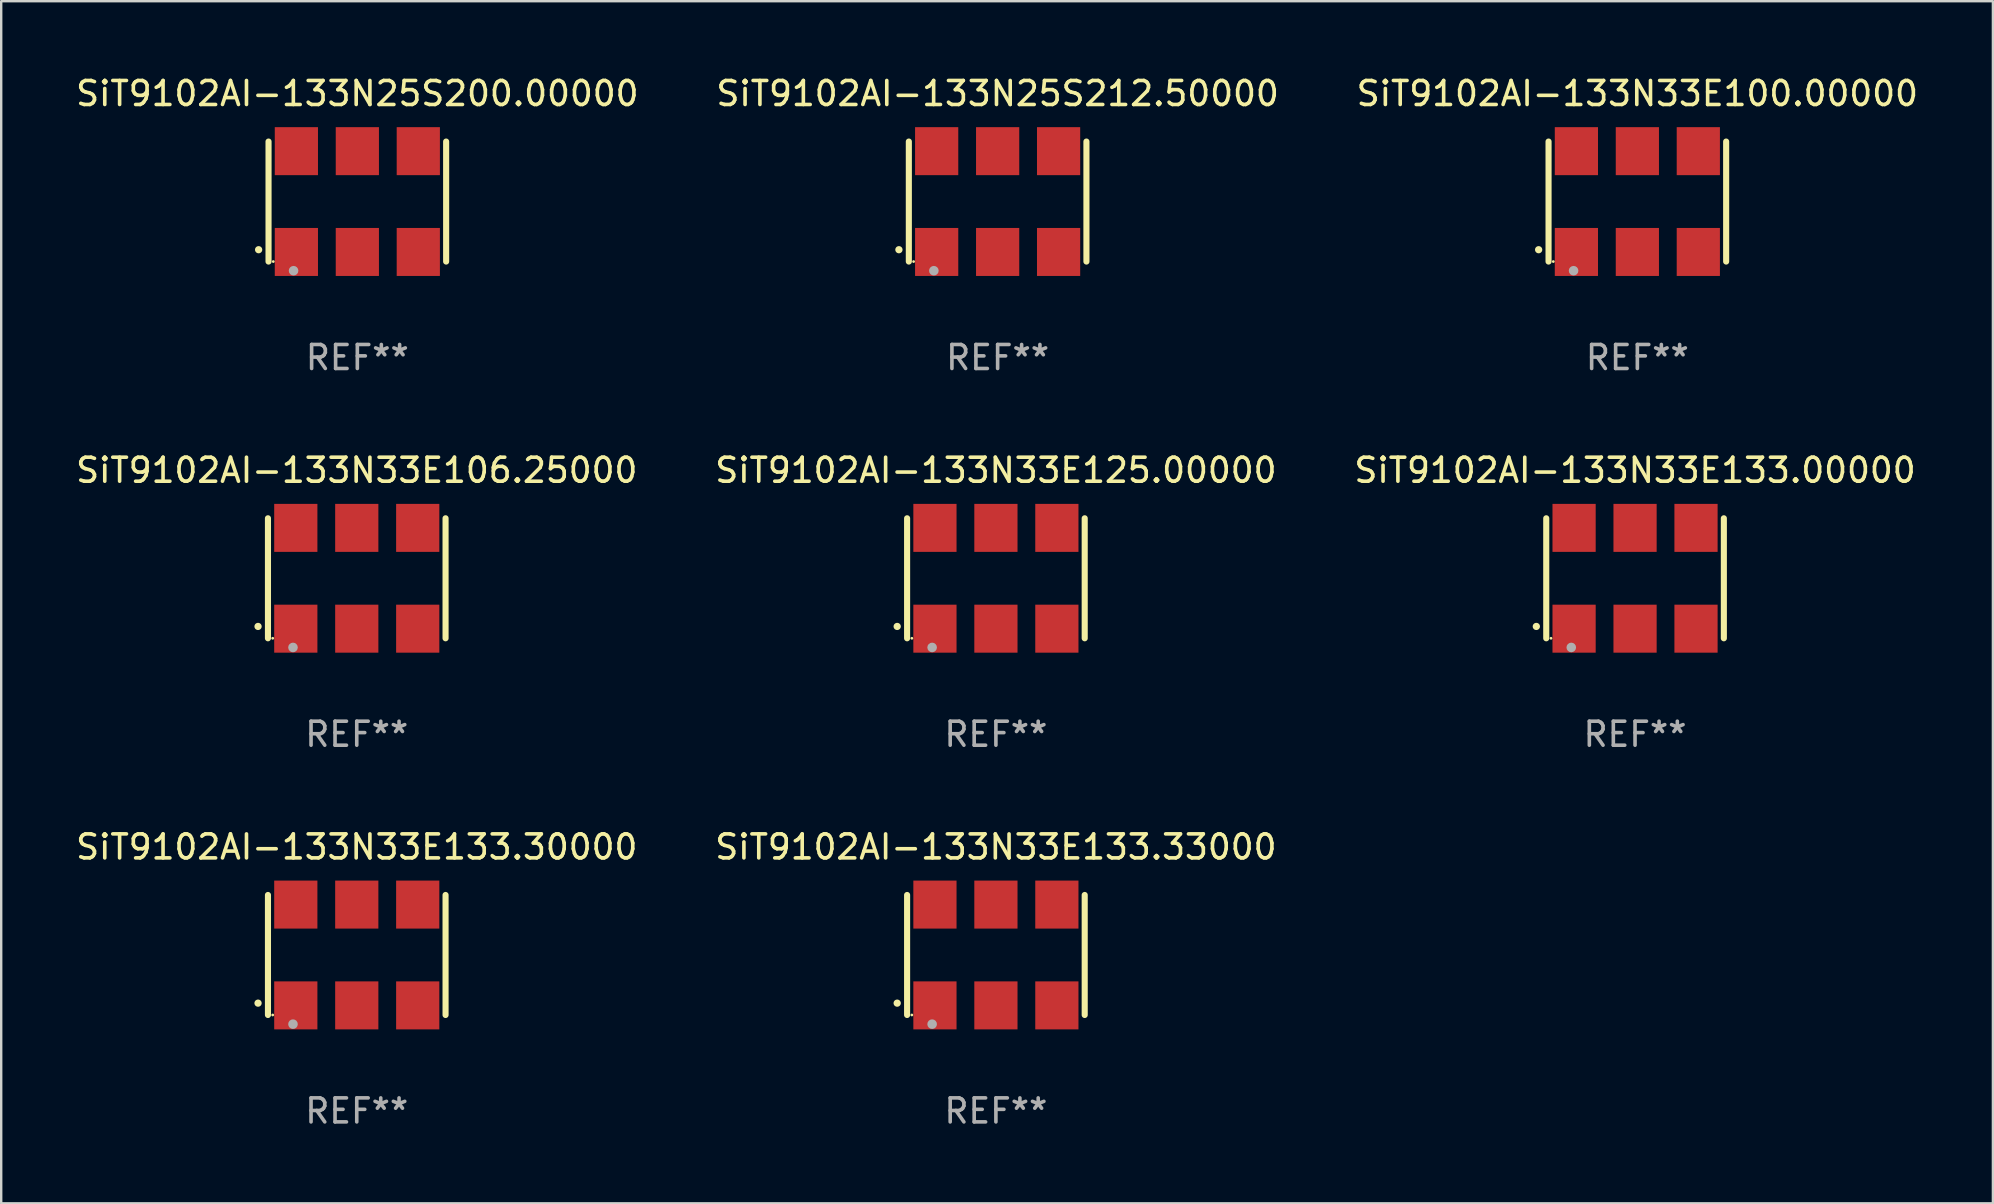
<source format=kicad_pcb>
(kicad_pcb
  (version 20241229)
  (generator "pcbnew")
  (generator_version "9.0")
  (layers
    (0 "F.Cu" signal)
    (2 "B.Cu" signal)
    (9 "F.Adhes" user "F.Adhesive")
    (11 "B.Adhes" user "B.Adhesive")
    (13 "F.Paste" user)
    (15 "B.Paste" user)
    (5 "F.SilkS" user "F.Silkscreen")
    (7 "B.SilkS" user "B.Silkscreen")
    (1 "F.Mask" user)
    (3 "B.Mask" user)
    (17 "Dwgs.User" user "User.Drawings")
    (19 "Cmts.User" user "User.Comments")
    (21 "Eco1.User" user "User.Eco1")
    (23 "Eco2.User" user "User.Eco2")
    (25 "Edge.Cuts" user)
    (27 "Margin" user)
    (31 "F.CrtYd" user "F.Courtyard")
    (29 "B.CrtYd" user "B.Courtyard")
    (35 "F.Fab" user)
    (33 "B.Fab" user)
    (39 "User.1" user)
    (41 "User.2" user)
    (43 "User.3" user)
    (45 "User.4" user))
  (footprint "SiT9102AI-133N25S200.00000"
    (layer "F.Cu")
    (at 11.839 5.348)
    (property "Reference" "SiT9102AI-133N25S200.00000" (at 0 -4.5 0) (layer "F.SilkS") (effects (font (size 1 1) (thickness 0.15))))
    (attr through_hole)
    (fp_line (start -3.7 -2.5) (end -3.7 2.5) (stroke (width 0.254) (type solid)) (layer "F.SilkS"))
    (fp_line (start 3.7 -2.5) (end 3.7 2.5) (stroke (width 0.254) (type solid)) (layer "F.SilkS"))
    (fp_arc (start -4.114415 2.006604) (mid -4.113145 2.006599) (end -4.111875 2.006604) (stroke (width 0.3) (type solid)) (layer "F.SilkS"))
    (fp_circle (center -3.502 2.5) (end -3.472 2.5) (stroke (width 0.06) (type solid)) (fill no) (layer "F.SilkS"))
    (fp_circle (center -2.657 2.882) (end -2.557 2.882) (stroke (width 0.2) (type solid)) (fill no) (layer "F.Fab"))
    (fp_text user "REF**" (at 0 6.5 0) (layer "F.Fab") (effects (font (size 1 1) (thickness 0.15))))
    (pad "1" smd rect (at -2.54 2.1) (size 1.8 2) (layers "F.Cu" "F.Mask" "F.Paste"))
    (pad "2" smd rect (at 0.000394 2.1) (size 1.8 2) (layers "F.Cu" "F.Mask" "F.Paste"))
    (pad "3" smd rect (at 2.54 2.1) (size 1.8 2) (layers "F.Cu" "F.Mask" "F.Paste"))
    (pad "4" smd rect (at 2.54 -2.1) (size 1.8 2) (layers "F.Cu" "F.Mask" "F.Paste"))
    (pad "5" smd rect (at 0.000394 -2.1) (size 1.8 2) (layers "F.Cu" "F.Mask" "F.Paste"))
    (pad "6" smd rect (at -2.54 -2.1) (size 1.8 2) (layers "F.Cu" "F.Mask" "F.Paste")))
  (footprint "SiT9102AI-133N33E106.25000"
    (layer "F.Cu")
    (at 11.815 21.045)
    (property "Reference" "SiT9102AI-133N33E106.25000" (at 0 -4.5 0) (layer "F.SilkS") (effects (font (size 1 1) (thickness 0.15))))
    (attr through_hole)
    (fp_line (start -3.7 -2.5) (end -3.7 2.5) (stroke (width 0.254) (type solid)) (layer "F.SilkS"))
    (fp_line (start 3.7 -2.5) (end 3.7 2.5) (stroke (width 0.254) (type solid)) (layer "F.SilkS"))
    (fp_arc (start -4.114415 2.006604) (mid -4.113145 2.006599) (end -4.111875 2.006604) (stroke (width 0.3) (type solid)) (layer "F.SilkS"))
    (fp_circle (center -3.502 2.5) (end -3.472 2.5) (stroke (width 0.06) (type solid)) (fill no) (layer "F.SilkS"))
    (fp_circle (center -2.657 2.882) (end -2.557 2.882) (stroke (width 0.2) (type solid)) (fill no) (layer "F.Fab"))
    (fp_text user "REF**" (at 0 6.5 0) (layer "F.Fab") (effects (font (size 1 1) (thickness 0.15))))
    (pad "1" smd rect (at -2.54 2.1) (size 1.8 2) (layers "F.Cu" "F.Mask" "F.Paste"))
    (pad "2" smd rect (at 0.000394 2.1) (size 1.8 2) (layers "F.Cu" "F.Mask" "F.Paste"))
    (pad "3" smd rect (at 2.54 2.1) (size 1.8 2) (layers "F.Cu" "F.Mask" "F.Paste"))
    (pad "4" smd rect (at 2.54 -2.1) (size 1.8 2) (layers "F.Cu" "F.Mask" "F.Paste"))
    (pad "5" smd rect (at 0.000394 -2.1) (size 1.8 2) (layers "F.Cu" "F.Mask" "F.Paste"))
    (pad "6" smd rect (at -2.54 -2.1) (size 1.8 2) (layers "F.Cu" "F.Mask" "F.Paste")))
  (footprint "SiT9102AI-133N33E100.00000"
    (layer "F.Cu")
    (at 65.173 5.348)
    (property "Reference" "SiT9102AI-133N33E100.00000" (at 0 -4.5 0) (layer "F.SilkS") (effects (font (size 1 1) (thickness 0.15))))
    (attr through_hole)
    (fp_line (start -3.7 -2.5) (end -3.7 2.5) (stroke (width 0.254) (type solid)) (layer "F.SilkS"))
    (fp_line (start 3.7 -2.5) (end 3.7 2.5) (stroke (width 0.254) (type solid)) (layer "F.SilkS"))
    (fp_arc (start -4.114415 2.006604) (mid -4.113145 2.006599) (end -4.111875 2.006604) (stroke (width 0.3) (type solid)) (layer "F.SilkS"))
    (fp_circle (center -3.502 2.5) (end -3.472 2.5) (stroke (width 0.06) (type solid)) (fill no) (layer "F.SilkS"))
    (fp_circle (center -2.657 2.882) (end -2.557 2.882) (stroke (width 0.2) (type solid)) (fill no) (layer "F.Fab"))
    (fp_text user "REF**" (at 0 6.5 0) (layer "F.Fab") (effects (font (size 1 1) (thickness 0.15))))
    (pad "1" smd rect (at -2.54 2.1) (size 1.8 2) (layers "F.Cu" "F.Mask" "F.Paste"))
    (pad "2" smd rect (at 0.000394 2.1) (size 1.8 2) (layers "F.Cu" "F.Mask" "F.Paste"))
    (pad "3" smd rect (at 2.54 2.1) (size 1.8 2) (layers "F.Cu" "F.Mask" "F.Paste"))
    (pad "4" smd rect (at 2.54 -2.1) (size 1.8 2) (layers "F.Cu" "F.Mask" "F.Paste"))
    (pad "5" smd rect (at 0.000394 -2.1) (size 1.8 2) (layers "F.Cu" "F.Mask" "F.Paste"))
    (pad "6" smd rect (at -2.54 -2.1) (size 1.8 2) (layers "F.Cu" "F.Mask" "F.Paste")))
  (footprint "SiT9102AI-133N33E125.00000"
    (layer "F.Cu")
    (at 38.446 21.045)
    (property "Reference" "SiT9102AI-133N33E125.00000" (at 0 -4.5 0) (layer "F.SilkS") (effects (font (size 1 1) (thickness 0.15))))
    (attr through_hole)
    (fp_line (start -3.7 -2.5) (end -3.7 2.5) (stroke (width 0.254) (type solid)) (layer "F.SilkS"))
    (fp_line (start 3.7 -2.5) (end 3.7 2.5) (stroke (width 0.254) (type solid)) (layer "F.SilkS"))
    (fp_arc (start -4.114415 2.006604) (mid -4.113145 2.006599) (end -4.111875 2.006604) (stroke (width 0.3) (type solid)) (layer "F.SilkS"))
    (fp_circle (center -3.502 2.5) (end -3.472 2.5) (stroke (width 0.06) (type solid)) (fill no) (layer "F.SilkS"))
    (fp_circle (center -2.657 2.882) (end -2.557 2.882) (stroke (width 0.2) (type solid)) (fill no) (layer "F.Fab"))
    (fp_text user "REF**" (at 0 6.5 0) (layer "F.Fab") (effects (font (size 1 1) (thickness 0.15))))
    (pad "1" smd rect (at -2.54 2.1) (size 1.8 2) (layers "F.Cu" "F.Mask" "F.Paste"))
    (pad "2" smd rect (at 0.000394 2.1) (size 1.8 2) (layers "F.Cu" "F.Mask" "F.Paste"))
    (pad "3" smd rect (at 2.54 2.1) (size 1.8 2) (layers "F.Cu" "F.Mask" "F.Paste"))
    (pad "4" smd rect (at 2.54 -2.1) (size 1.8 2) (layers "F.Cu" "F.Mask" "F.Paste"))
    (pad "5" smd rect (at 0.000394 -2.1) (size 1.8 2) (layers "F.Cu" "F.Mask" "F.Paste"))
    (pad "6" smd rect (at -2.54 -2.1) (size 1.8 2) (layers "F.Cu" "F.Mask" "F.Paste")))
  (footprint "SiT9102AI-133N33E133.30000"
    (layer "F.Cu")
    (at 11.815 36.741)
    (property "Reference" "SiT9102AI-133N33E133.30000" (at 0 -4.5 0) (layer "F.SilkS") (effects (font (size 1 1) (thickness 0.15))))
    (attr through_hole)
    (fp_line (start -3.7 -2.5) (end -3.7 2.5) (stroke (width 0.254) (type solid)) (layer "F.SilkS"))
    (fp_line (start 3.7 -2.5) (end 3.7 2.5) (stroke (width 0.254) (type solid)) (layer "F.SilkS"))
    (fp_arc (start -4.114415 2.006604) (mid -4.113145 2.006599) (end -4.111875 2.006604) (stroke (width 0.3) (type solid)) (layer "F.SilkS"))
    (fp_circle (center -3.502 2.5) (end -3.472 2.5) (stroke (width 0.06) (type solid)) (fill no) (layer "F.SilkS"))
    (fp_circle (center -2.657 2.882) (end -2.557 2.882) (stroke (width 0.2) (type solid)) (fill no) (layer "F.Fab"))
    (fp_text user "REF**" (at 0 6.5 0) (layer "F.Fab") (effects (font (size 1 1) (thickness 0.15))))
    (pad "1" smd rect (at -2.54 2.1) (size 1.8 2) (layers "F.Cu" "F.Mask" "F.Paste"))
    (pad "2" smd rect (at 0.000394 2.1) (size 1.8 2) (layers "F.Cu" "F.Mask" "F.Paste"))
    (pad "3" smd rect (at 2.54 2.1) (size 1.8 2) (layers "F.Cu" "F.Mask" "F.Paste"))
    (pad "4" smd rect (at 2.54 -2.1) (size 1.8 2) (layers "F.Cu" "F.Mask" "F.Paste"))
    (pad "5" smd rect (at 0.000394 -2.1) (size 1.8 2) (layers "F.Cu" "F.Mask" "F.Paste"))
    (pad "6" smd rect (at -2.54 -2.1) (size 1.8 2) (layers "F.Cu" "F.Mask" "F.Paste")))
  (footprint "SiT9102AI-133N33E133.00000"
    (layer "F.Cu")
    (at 65.077 21.045)
    (property "Reference" "SiT9102AI-133N33E133.00000" (at 0 -4.5 0) (layer "F.SilkS") (effects (font (size 1 1) (thickness 0.15))))
    (attr through_hole)
    (fp_line (start -3.7 -2.5) (end -3.7 2.5) (stroke (width 0.254) (type solid)) (layer "F.SilkS"))
    (fp_line (start 3.7 -2.5) (end 3.7 2.5) (stroke (width 0.254) (type solid)) (layer "F.SilkS"))
    (fp_arc (start -4.114415 2.006604) (mid -4.113145 2.006599) (end -4.111875 2.006604) (stroke (width 0.3) (type solid)) (layer "F.SilkS"))
    (fp_circle (center -3.502 2.5) (end -3.472 2.5) (stroke (width 0.06) (type solid)) (fill no) (layer "F.SilkS"))
    (fp_circle (center -2.657 2.882) (end -2.557 2.882) (stroke (width 0.2) (type solid)) (fill no) (layer "F.Fab"))
    (fp_text user "REF**" (at 0 6.5 0) (layer "F.Fab") (effects (font (size 1 1) (thickness 0.15))))
    (pad "1" smd rect (at -2.54 2.1) (size 1.8 2) (layers "F.Cu" "F.Mask" "F.Paste"))
    (pad "2" smd rect (at 0.000394 2.1) (size 1.8 2) (layers "F.Cu" "F.Mask" "F.Paste"))
    (pad "3" smd rect (at 2.54 2.1) (size 1.8 2) (layers "F.Cu" "F.Mask" "F.Paste"))
    (pad "4" smd rect (at 2.54 -2.1) (size 1.8 2) (layers "F.Cu" "F.Mask" "F.Paste"))
    (pad "5" smd rect (at 0.000394 -2.1) (size 1.8 2) (layers "F.Cu" "F.Mask" "F.Paste"))
    (pad "6" smd rect (at -2.54 -2.1) (size 1.8 2) (layers "F.Cu" "F.Mask" "F.Paste")))
  (footprint "SiT9102AI-133N33E133.33000"
    (layer "F.Cu")
    (at 38.446 36.741)
    (property "Reference" "SiT9102AI-133N33E133.33000" (at 0 -4.5 0) (layer "F.SilkS") (effects (font (size 1 1) (thickness 0.15))))
    (attr through_hole)
    (fp_line (start -3.7 -2.5) (end -3.7 2.5) (stroke (width 0.254) (type solid)) (layer "F.SilkS"))
    (fp_line (start 3.7 -2.5) (end 3.7 2.5) (stroke (width 0.254) (type solid)) (layer "F.SilkS"))
    (fp_arc (start -4.114415 2.006604) (mid -4.113145 2.006599) (end -4.111875 2.006604) (stroke (width 0.3) (type solid)) (layer "F.SilkS"))
    (fp_circle (center -3.502 2.5) (end -3.472 2.5) (stroke (width 0.06) (type solid)) (fill no) (layer "F.SilkS"))
    (fp_circle (center -2.657 2.882) (end -2.557 2.882) (stroke (width 0.2) (type solid)) (fill no) (layer "F.Fab"))
    (fp_text user "REF**" (at 0 6.5 0) (layer "F.Fab") (effects (font (size 1 1) (thickness 0.15))))
    (pad "1" smd rect (at -2.54 2.1) (size 1.8 2) (layers "F.Cu" "F.Mask" "F.Paste"))
    (pad "2" smd rect (at 0.000394 2.1) (size 1.8 2) (layers "F.Cu" "F.Mask" "F.Paste"))
    (pad "3" smd rect (at 2.54 2.1) (size 1.8 2) (layers "F.Cu" "F.Mask" "F.Paste"))
    (pad "4" smd rect (at 2.54 -2.1) (size 1.8 2) (layers "F.Cu" "F.Mask" "F.Paste"))
    (pad "5" smd rect (at 0.000394 -2.1) (size 1.8 2) (layers "F.Cu" "F.Mask" "F.Paste"))
    (pad "6" smd rect (at -2.54 -2.1) (size 1.8 2) (layers "F.Cu" "F.Mask" "F.Paste")))
  (footprint "SiT9102AI-133N25S212.50000"
    (layer "F.Cu")
    (at 38.518 5.348)
    (property "Reference" "SiT9102AI-133N25S212.50000" (at 0 -4.5 0) (layer "F.SilkS") (effects (font (size 1 1) (thickness 0.15))))
    (attr through_hole)
    (fp_line (start -3.7 -2.5) (end -3.7 2.5) (stroke (width 0.254) (type solid)) (layer "F.SilkS"))
    (fp_line (start 3.7 -2.5) (end 3.7 2.5) (stroke (width 0.254) (type solid)) (layer "F.SilkS"))
    (fp_arc (start -4.114415 2.006604) (mid -4.113145 2.006599) (end -4.111875 2.006604) (stroke (width 0.3) (type solid)) (layer "F.SilkS"))
    (fp_circle (center -3.502 2.5) (end -3.472 2.5) (stroke (width 0.06) (type solid)) (fill no) (layer "F.SilkS"))
    (fp_circle (center -2.657 2.882) (end -2.557 2.882) (stroke (width 0.2) (type solid)) (fill no) (layer "F.Fab"))
    (fp_text user "REF**" (at 0 6.5 0) (layer "F.Fab") (effects (font (size 1 1) (thickness 0.15))))
    (pad "1" smd rect (at -2.54 2.1) (size 1.8 2) (layers "F.Cu" "F.Mask" "F.Paste"))
    (pad "2" smd rect (at 0.000394 2.1) (size 1.8 2) (layers "F.Cu" "F.Mask" "F.Paste"))
    (pad "3" smd rect (at 2.54 2.1) (size 1.8 2) (layers "F.Cu" "F.Mask" "F.Paste"))
    (pad "4" smd rect (at 2.54 -2.1) (size 1.8 2) (layers "F.Cu" "F.Mask" "F.Paste"))
    (pad "5" smd rect (at 0.000394 -2.1) (size 1.8 2) (layers "F.Cu" "F.Mask" "F.Paste"))
    (pad "6" smd rect (at -2.54 -2.1) (size 1.8 2) (layers "F.Cu" "F.Mask" "F.Paste")))
  (gr_rect
    (start -3 -3)
    (end 79.988 47.09)
    (stroke (width 0.1) (type default))
    (fill no)
    (layer "Edge.Cuts")))
</source>
